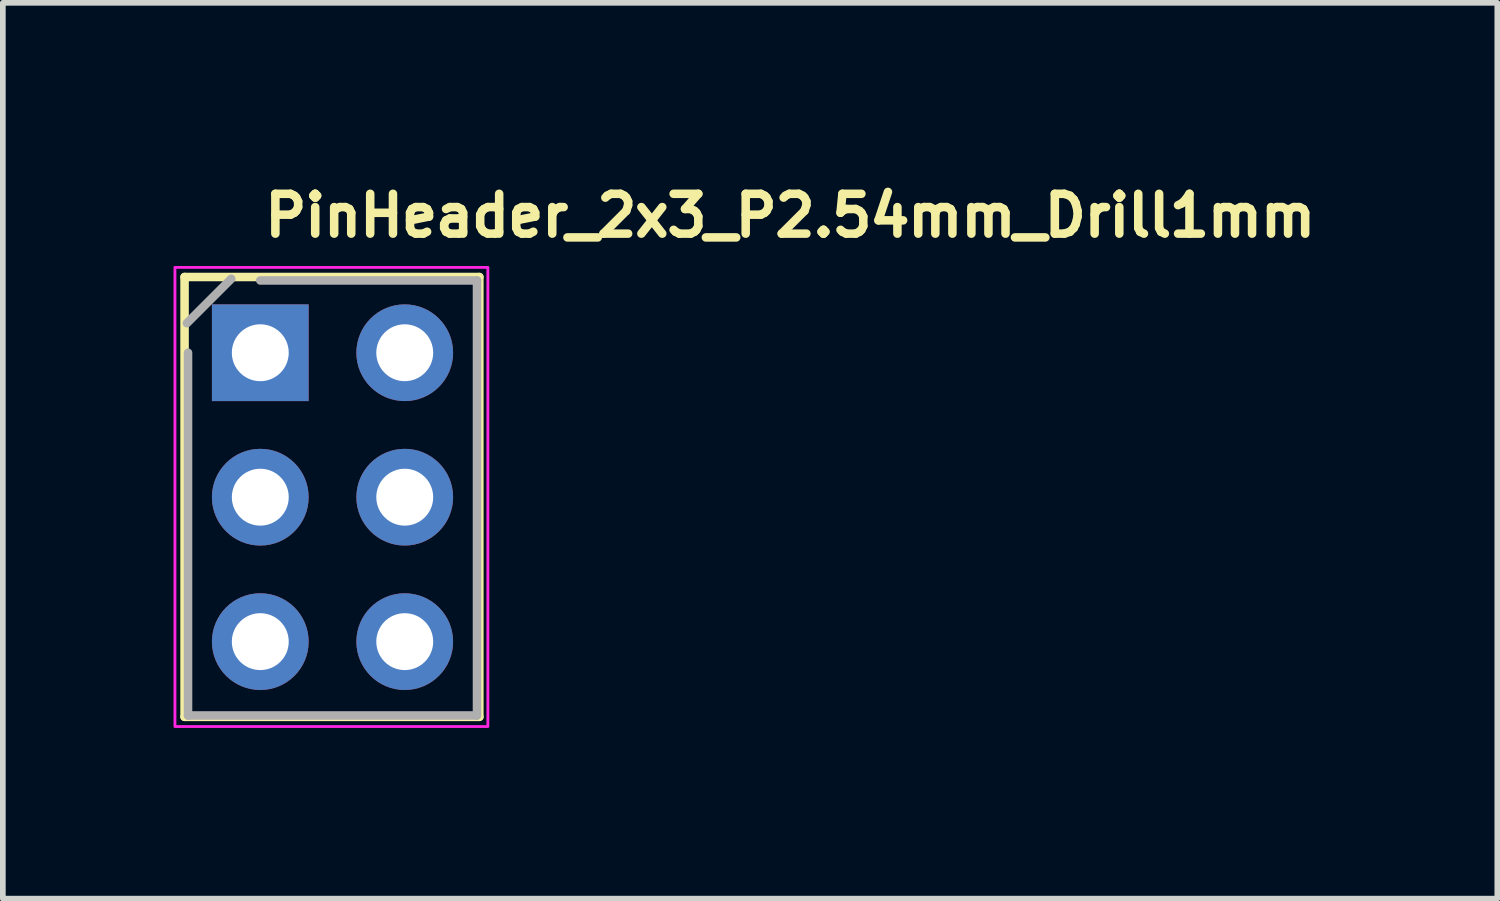
<source format=kicad_pcb>
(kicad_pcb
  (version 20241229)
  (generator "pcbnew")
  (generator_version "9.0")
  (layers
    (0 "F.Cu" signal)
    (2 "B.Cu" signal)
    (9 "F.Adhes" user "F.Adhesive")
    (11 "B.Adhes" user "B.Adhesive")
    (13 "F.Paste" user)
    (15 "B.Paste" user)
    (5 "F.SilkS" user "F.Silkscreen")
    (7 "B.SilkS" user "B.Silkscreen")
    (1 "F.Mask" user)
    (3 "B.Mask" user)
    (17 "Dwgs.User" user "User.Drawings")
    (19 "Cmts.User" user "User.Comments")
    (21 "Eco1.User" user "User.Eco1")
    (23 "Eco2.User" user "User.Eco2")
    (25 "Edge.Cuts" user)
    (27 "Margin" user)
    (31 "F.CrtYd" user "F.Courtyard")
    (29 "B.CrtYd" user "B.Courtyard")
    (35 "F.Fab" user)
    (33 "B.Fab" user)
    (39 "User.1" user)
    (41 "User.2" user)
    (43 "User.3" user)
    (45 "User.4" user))
  (footprint "PinHeader_2x3_P2.54mm_Drill1mm"
    (layer "F.Cu")
    (at 1.525 3.15)
    (property "Reference" "PinHeader_2x3_P2.54mm_Drill1mm" (at 0 -2 0) (layer "F.SilkS") (effects (font (size 0.7 0.7) (thickness 0.15)) (justify left bottom)))
    (attr through_hole)
    (fp_line (start -1.331 -1.331) (end -1.331 6.4) (stroke (width 0.15) (type solid)) (layer "F.SilkS"))
    (fp_line (start -1.331 -1.331) (end 3.85 -1.331) (stroke (width 0.15) (type solid)) (layer "F.SilkS"))
    (fp_line (start -1.331 6.4) (end 3.85 6.4) (stroke (width 0.15) (type solid)) (layer "F.SilkS"))
    (fp_line (start 3.85 -1.331) (end 3.85 6.4) (stroke (width 0.15) (type solid)) (layer "F.SilkS"))
    (fp_rect (start -1.5 -1.5) (end 4 6.57) (stroke (width 0.05) (type solid)) (fill no) (layer "F.CrtYd"))
    (fp_line (start -1.29 -0.52) (end -0.51 -1.3) (stroke (width 0.15) (type solid)) (layer "F.Fab"))
    (fp_line (start -1.27 6.376) (end -1.27 0) (stroke (width 0.15) (type solid)) (layer "F.Fab"))
    (fp_line (start 0 -1.27) (end 3.809 -1.27) (stroke (width 0.15) (type solid)) (layer "F.Fab"))
    (fp_line (start 3.809 -1.27) (end 3.809 6.376) (stroke (width 0.15) (type solid)) (layer "F.Fab"))
    (fp_line (start 3.809 6.376) (end -1.27 6.376) (stroke (width 0.15) (type solid)) (layer "F.Fab"))
    (fp_rect (start -1.281 -1.28) (end 3.797 6.339) (stroke (width 0.1) (type solid)) (fill no) (layer "User.5"))
    (fp_line (start -1.281 -1.031) (end -1.281 1.009) (stroke (width 0.02) (type solid)) (layer "User.9"))
    (fp_line (start -1.281 -1.031) (end -0.782 -1.28) (stroke (width 0.02) (type solid)) (layer "User.9"))
    (fp_line (start -1.281 1.509) (end -1.281 3.547) (stroke (width 0.02) (type solid)) (layer "User.9"))
    (fp_line (start -1.281 1.509) (end -0.782 1.259) (stroke (width 0.02) (type solid)) (layer "User.9"))
    (fp_line (start -1.281 4.049) (end -1.281 6.089) (stroke (width 0.02) (type solid)) (layer "User.9"))
    (fp_line (start -1.281 4.049) (end -0.782 3.797) (stroke (width 0.02) (type solid)) (layer "User.9"))
    (fp_line (start -0.782 1.259) (end -1.281 1.009) (stroke (width 0.02) (type solid)) (layer "User.9"))
    (fp_line (start -0.782 3.797) (end -1.281 3.547) (stroke (width 0.02) (type solid)) (layer "User.9"))
    (fp_line (start -0.782 6.339) (end -1.281 6.089) (stroke (width 0.02) (type solid)) (layer "User.9"))
    (fp_line (start -0.332 -0.333) (end 0.307 -0.333) (stroke (width 0.02) (type solid)) (layer "User.9"))
    (fp_line (start -0.332 0.308) (end -0.332 -0.333) (stroke (width 0.02) (type solid)) (layer "User.9"))
    (fp_line (start -0.332 0.308) (end -0.133 0.108) (stroke (width 0.02) (type solid)) (layer "User.9"))
    (fp_line (start -0.332 2.209) (end 0.307 2.209) (stroke (width 0.02) (type solid)) (layer "User.9"))
    (fp_line (start -0.332 2.849) (end -0.332 2.209) (stroke (width 0.02) (type solid)) (layer "User.9"))
    (fp_line (start -0.332 2.849) (end -0.133 2.648) (stroke (width 0.02) (type solid)) (layer "User.9"))
    (fp_line (start -0.332 4.748) (end 0.307 4.748) (stroke (width 0.02) (type solid)) (layer "User.9"))
    (fp_line (start -0.332 5.389) (end -0.332 4.748) (stroke (width 0.02) (type solid)) (layer "User.9"))
    (fp_line (start -0.332 5.389) (end -0.133 5.19) (stroke (width 0.02) (type solid)) (layer "User.9"))
    (fp_line (start -0.133 -0.133) (end -0.332 -0.333) (stroke (width 0.02) (type solid)) (layer "User.9"))
    (fp_line (start -0.133 -0.133) (end -0.133 0.108) (stroke (width 0.02) (type solid)) (layer "User.9"))
    (fp_line (start -0.133 0.108) (end 0.107 0.108) (stroke (width 0.02) (type solid)) (layer "User.9"))
    (fp_line (start -0.133 2.407) (end -0.332 2.209) (stroke (width 0.02) (type solid)) (layer "User.9"))
    (fp_line (start -0.133 2.407) (end -0.133 2.648) (stroke (width 0.02) (type solid)) (layer "User.9"))
    (fp_line (start -0.133 2.648) (end 0.107 2.648) (stroke (width 0.02) (type solid)) (layer "User.9"))
    (fp_line (start -0.133 4.95) (end -0.332 4.748) (stroke (width 0.02) (type solid)) (layer "User.9"))
    (fp_line (start -0.133 4.95) (end -0.133 5.19) (stroke (width 0.02) (type solid)) (layer "User.9"))
    (fp_line (start -0.133 5.19) (end 0.107 5.19) (stroke (width 0.02) (type solid)) (layer "User.9"))
    (fp_line (start 0.107 -0.133) (end -0.133 -0.133) (stroke (width 0.02) (type solid)) (layer "User.9"))
    (fp_line (start 0.107 -0.133) (end 0.307 -0.333) (stroke (width 0.02) (type solid)) (layer "User.9"))
    (fp_line (start 0.107 0.108) (end 0.107 -0.133) (stroke (width 0.02) (type solid)) (layer "User.9"))
    (fp_line (start 0.107 0.108) (end 0.307 0.308) (stroke (width 0.02) (type solid)) (layer "User.9"))
    (fp_line (start 0.107 2.407) (end -0.133 2.407) (stroke (width 0.02) (type solid)) (layer "User.9"))
    (fp_line (start 0.107 2.407) (end 0.307 2.209) (stroke (width 0.02) (type solid)) (layer "User.9"))
    (fp_line (start 0.107 2.648) (end 0.107 2.407) (stroke (width 0.02) (type solid)) (layer "User.9"))
    (fp_line (start 0.107 2.648) (end 0.307 2.849) (stroke (width 0.02) (type solid)) (layer "User.9"))
    (fp_line (start 0.107 4.95) (end -0.133 4.95) (stroke (width 0.02) (type solid)) (layer "User.9"))
    (fp_line (start 0.107 4.95) (end 0.307 4.748) (stroke (width 0.02) (type solid)) (layer "User.9"))
    (fp_line (start 0.107 5.19) (end 0.107 4.95) (stroke (width 0.02) (type solid)) (layer "User.9"))
    (fp_line (start 0.107 5.19) (end 0.307 5.389) (stroke (width 0.02) (type solid)) (layer "User.9"))
    (fp_line (start 0.307 -0.333) (end 0.307 0.308) (stroke (width 0.02) (type solid)) (layer "User.9"))
    (fp_line (start 0.307 0.308) (end -0.332 0.308) (stroke (width 0.02) (type solid)) (layer "User.9"))
    (fp_line (start 0.307 2.209) (end 0.307 2.849) (stroke (width 0.02) (type solid)) (layer "User.9"))
    (fp_line (start 0.307 2.849) (end -0.332 2.849) (stroke (width 0.02) (type solid)) (layer "User.9"))
    (fp_line (start 0.307 4.748) (end 0.307 5.389) (stroke (width 0.02) (type solid)) (layer "User.9"))
    (fp_line (start 0.307 5.389) (end -0.332 5.389) (stroke (width 0.02) (type solid)) (layer "User.9"))
    (fp_line (start 2.209 -0.333) (end 2.85 -0.333) (stroke (width 0.02) (type solid)) (layer "User.9"))
    (fp_line (start 2.209 0.308) (end 2.209 -0.333) (stroke (width 0.02) (type solid)) (layer "User.9"))
    (fp_line (start 2.209 0.308) (end 2.407 0.108) (stroke (width 0.02) (type solid)) (layer "User.9"))
    (fp_line (start 2.209 2.209) (end 2.85 2.209) (stroke (width 0.02) (type solid)) (layer "User.9"))
    (fp_line (start 2.209 2.849) (end 2.209 2.209) (stroke (width 0.02) (type solid)) (layer "User.9"))
    (fp_line (start 2.209 2.849) (end 2.407 2.648) (stroke (width 0.02) (type solid)) (layer "User.9"))
    (fp_line (start 2.209 4.748) (end 2.85 4.748) (stroke (width 0.02) (type solid)) (layer "User.9"))
    (fp_line (start 2.209 5.389) (end 2.209 4.748) (stroke (width 0.02) (type solid)) (layer "User.9"))
    (fp_line (start 2.209 5.389) (end 2.407 5.19) (stroke (width 0.02) (type solid)) (layer "User.9"))
    (fp_line (start 2.407 -0.133) (end 2.209 -0.333) (stroke (width 0.02) (type solid)) (layer "User.9"))
    (fp_line (start 2.407 -0.133) (end 2.407 0.108) (stroke (width 0.02) (type solid)) (layer "User.9"))
    (fp_line (start 2.407 0.108) (end 2.648 0.108) (stroke (width 0.02) (type solid)) (layer "User.9"))
    (fp_line (start 2.407 2.407) (end 2.209 2.209) (stroke (width 0.02) (type solid)) (layer "User.9"))
    (fp_line (start 2.407 2.407) (end 2.407 2.648) (stroke (width 0.02) (type solid)) (layer "User.9"))
    (fp_line (start 2.407 2.648) (end 2.648 2.648) (stroke (width 0.02) (type solid)) (layer "User.9"))
    (fp_line (start 2.407 4.95) (end 2.209 4.748) (stroke (width 0.02) (type solid)) (layer "User.9"))
    (fp_line (start 2.407 4.95) (end 2.407 5.19) (stroke (width 0.02) (type solid)) (layer "User.9"))
    (fp_line (start 2.407 5.19) (end 2.648 5.19) (stroke (width 0.02) (type solid)) (layer "User.9"))
    (fp_line (start 2.648 -0.133) (end 2.407 -0.133) (stroke (width 0.02) (type solid)) (layer "User.9"))
    (fp_line (start 2.648 -0.133) (end 2.85 -0.333) (stroke (width 0.02) (type solid)) (layer "User.9"))
    (fp_line (start 2.648 0.108) (end 2.648 -0.133) (stroke (width 0.02) (type solid)) (layer "User.9"))
    (fp_line (start 2.648 0.108) (end 2.85 0.308) (stroke (width 0.02) (type solid)) (layer "User.9"))
    (fp_line (start 2.648 2.407) (end 2.407 2.407) (stroke (width 0.02) (type solid)) (layer "User.9"))
    (fp_line (start 2.648 2.407) (end 2.85 2.209) (stroke (width 0.02) (type solid)) (layer "User.9"))
    (fp_line (start 2.648 2.648) (end 2.648 2.407) (stroke (width 0.02) (type solid)) (layer "User.9"))
    (fp_line (start 2.648 2.648) (end 2.85 2.849) (stroke (width 0.02) (type solid)) (layer "User.9"))
    (fp_line (start 2.648 4.95) (end 2.407 4.95) (stroke (width 0.02) (type solid)) (layer "User.9"))
    (fp_line (start 2.648 4.95) (end 2.85 4.748) (stroke (width 0.02) (type solid)) (layer "User.9"))
    (fp_line (start 2.648 5.19) (end 2.648 4.95) (stroke (width 0.02) (type solid)) (layer "User.9"))
    (fp_line (start 2.648 5.19) (end 2.85 5.389) (stroke (width 0.02) (type solid)) (layer "User.9"))
    (fp_line (start 2.85 -0.333) (end 2.85 0.308) (stroke (width 0.02) (type solid)) (layer "User.9"))
    (fp_line (start 2.85 0.308) (end 2.209 0.308) (stroke (width 0.02) (type solid)) (layer "User.9"))
    (fp_line (start 2.85 2.209) (end 2.85 2.849) (stroke (width 0.02) (type solid)) (layer "User.9"))
    (fp_line (start 2.85 2.849) (end 2.209 2.849) (stroke (width 0.02) (type solid)) (layer "User.9"))
    (fp_line (start 2.85 4.748) (end 2.85 5.389) (stroke (width 0.02) (type solid)) (layer "User.9"))
    (fp_line (start 2.85 5.389) (end 2.209 5.389) (stroke (width 0.02) (type solid)) (layer "User.9"))
    (fp_line (start 3.297 -1.28) (end -0.782 -1.28) (stroke (width 0.02) (type solid)) (layer "User.9"))
    (fp_line (start 3.297 1.259) (end 3.797 1.009) (stroke (width 0.02) (type solid)) (layer "User.9"))
    (fp_line (start 3.297 3.797) (end 3.797 3.547) (stroke (width 0.02) (type solid)) (layer "User.9"))
    (fp_line (start 3.297 6.339) (end -0.782 6.339) (stroke (width 0.02) (type solid)) (layer "User.9"))
    (fp_line (start 3.297 6.339) (end 3.797 6.089) (stroke (width 0.02) (type solid)) (layer "User.9"))
    (fp_line (start 3.797 -1.031) (end 3.297 -1.28) (stroke (width 0.02) (type solid)) (layer "User.9"))
    (fp_line (start 3.797 -1.031) (end 3.797 1.009) (stroke (width 0.02) (type solid)) (layer "User.9"))
    (fp_line (start 3.797 1.509) (end 3.297 1.259) (stroke (width 0.02) (type solid)) (layer "User.9"))
    (fp_line (start 3.797 1.509) (end 3.797 3.547) (stroke (width 0.02) (type solid)) (layer "User.9"))
    (fp_line (start 3.797 4.049) (end 3.297 3.797) (stroke (width 0.02) (type solid)) (layer "User.9"))
    (fp_line (start 3.797 4.049) (end 3.797 6.089) (stroke (width 0.02) (type solid)) (layer "User.9"))
    (pad "1" thru_hole rect (at 0 0) (size 1.7 1.7) (drill 1) (layers "*.Cu" "*.Mask"))
    (pad "2" thru_hole oval (at 0 2.539) (size 1.7 1.7) (drill 1) (layers "*.Cu" "*.Mask"))
    (pad "3" thru_hole oval (at 0 5.078) (size 1.7 1.7) (drill 1) (layers "*.Cu" "*.Mask"))
    (pad "4" thru_hole oval (at 2.539 0) (size 1.7 1.7) (drill 1) (layers "*.Cu" "*.Mask"))
    (pad "5" thru_hole oval (at 2.539 2.539) (size 1.7 1.7) (drill 1) (layers "*.Cu" "*.Mask"))
    (pad "6" thru_hole oval (at 2.539 5.078) (size 1.7 1.7) (drill 1) (layers "*.Cu" "*.Mask")))
  (gr_rect
    (start -3 -3)
    (end 23.268 12.745)
    (stroke (width 0.1) (type default))
    (fill no)
    (layer "Edge.Cuts")))
</source>
